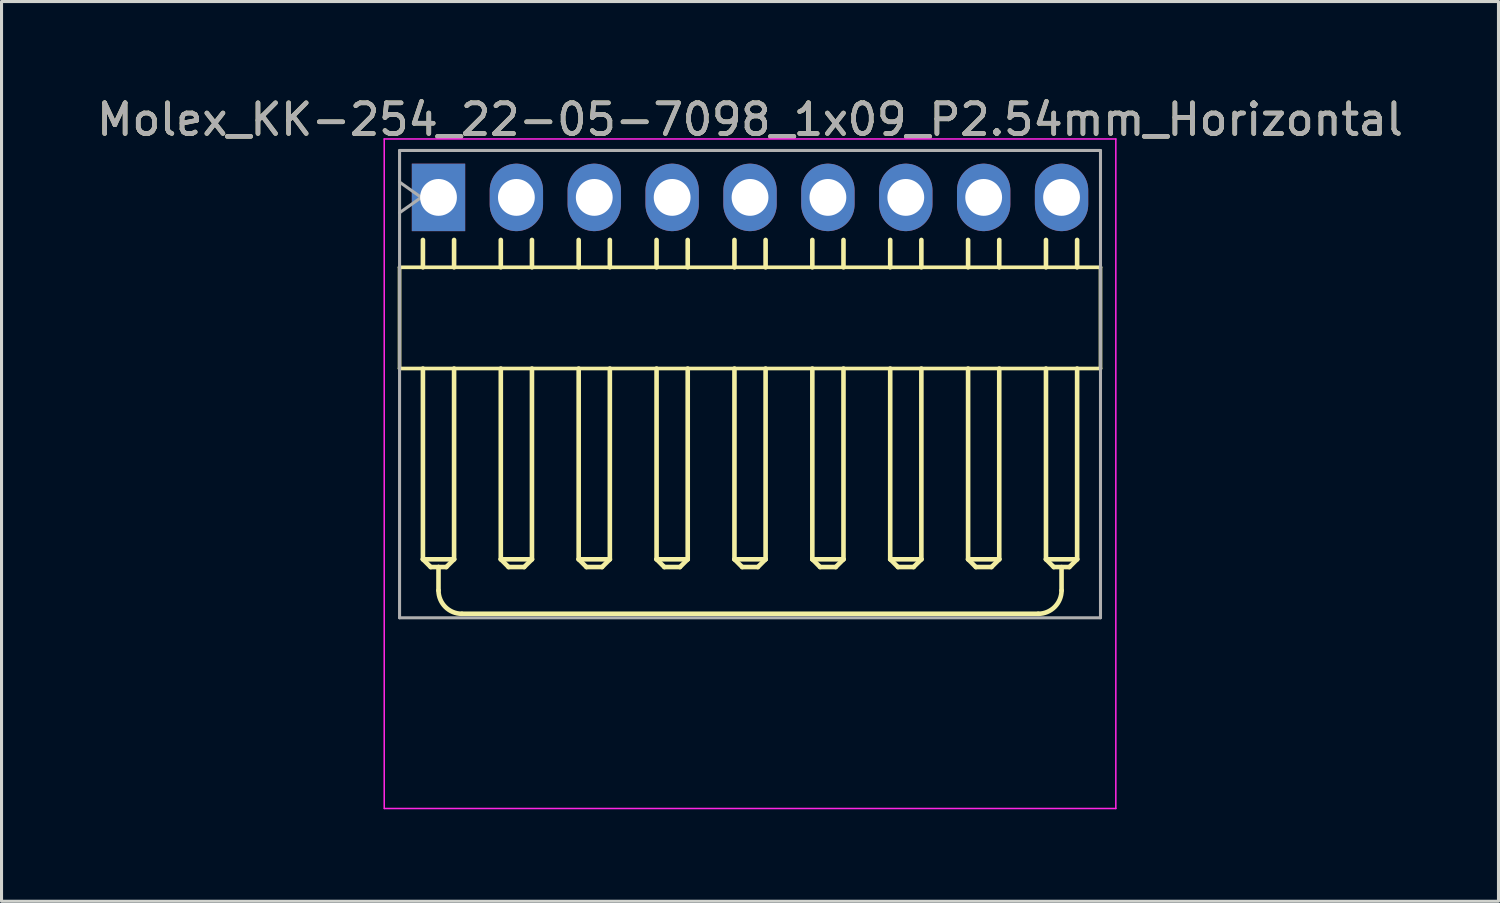
<source format=kicad_pcb>
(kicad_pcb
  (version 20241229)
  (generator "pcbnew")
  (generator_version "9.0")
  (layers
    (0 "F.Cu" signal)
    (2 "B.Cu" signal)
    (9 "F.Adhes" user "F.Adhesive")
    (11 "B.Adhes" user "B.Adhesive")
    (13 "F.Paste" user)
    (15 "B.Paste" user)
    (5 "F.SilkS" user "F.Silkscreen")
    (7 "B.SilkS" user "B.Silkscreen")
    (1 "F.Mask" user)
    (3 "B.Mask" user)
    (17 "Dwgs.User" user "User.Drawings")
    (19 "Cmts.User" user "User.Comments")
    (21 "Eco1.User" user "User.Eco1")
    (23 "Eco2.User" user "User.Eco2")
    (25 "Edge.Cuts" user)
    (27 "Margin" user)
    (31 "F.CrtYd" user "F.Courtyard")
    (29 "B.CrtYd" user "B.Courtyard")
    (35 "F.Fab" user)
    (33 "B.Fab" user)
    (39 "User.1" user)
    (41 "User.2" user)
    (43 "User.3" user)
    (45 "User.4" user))
  (footprint "Molex_KK-254_22-05-7098_1x09_P2.54mm_Horizontal"
    (layer "F.Cu")
    (at 11.251 3.388)
    (property "Reference" "Molex_KK-254_22-05-7098_1x09_P2.54mm_Horizontal" (at 10.16 -2.54 0) (layer "F.SilkS") (effects (font (size 1 1) (thickness 0.15))))
    (attr through_hole)
    (fp_line (start -1.27 2.28) (end -1.27 5.58) (stroke (width 0.12) (type solid)) (layer "F.SilkS"))
    (fp_line (start -1.27 2.28) (end 21.59 2.28) (stroke (width 0.12) (type solid)) (layer "F.SilkS"))
    (fp_line (start -0.508 1.388) (end -0.508 2.28) (stroke (width 0.15) (type solid)) (layer "F.SilkS"))
    (fp_line (start -0.508 11.802) (end -0.508 5.582) (stroke (width 0.15) (type solid)) (layer "F.SilkS"))
    (fp_line (start -0.508 11.802) (end 0.508 11.802) (stroke (width 0.15) (type solid)) (layer "F.SilkS"))
    (fp_line (start -0.254 12.056) (end -0.508 11.802) (stroke (width 0.15) (type solid)) (layer "F.SilkS"))
    (fp_line (start 0 12.056) (end -0.254 12.056) (stroke (width 0.15) (type solid)) (layer "F.SilkS"))
    (fp_line (start 0 12.056) (end 0 12.818) (stroke (width 0.15) (type solid)) (layer "F.SilkS"))
    (fp_line (start 0.254 12.056) (end 0 12.056) (stroke (width 0.15) (type solid)) (layer "F.SilkS"))
    (fp_line (start 0.508 2.28) (end 0.508 1.388) (stroke (width 0.15) (type solid)) (layer "F.SilkS"))
    (fp_line (start 0.508 5.582) (end 0.508 11.802) (stroke (width 0.15) (type solid)) (layer "F.SilkS"))
    (fp_line (start 0.508 11.802) (end 0.254 12.056) (stroke (width 0.15) (type solid)) (layer "F.SilkS"))
    (fp_line (start 0.762 13.58) (end 19.558 13.58) (stroke (width 0.15) (type solid)) (layer "F.SilkS"))
    (fp_line (start 2.032 2.28) (end 2.032 1.388) (stroke (width 0.15) (type solid)) (layer "F.SilkS"))
    (fp_line (start 2.032 5.582) (end 2.032 11.802) (stroke (width 0.15) (type solid)) (layer "F.SilkS"))
    (fp_line (start 2.032 11.802) (end 2.286 12.056) (stroke (width 0.15) (type solid)) (layer "F.SilkS"))
    (fp_line (start 2.286 12.056) (end 2.794 12.056) (stroke (width 0.15) (type solid)) (layer "F.SilkS"))
    (fp_line (start 2.794 12.056) (end 3.048 11.802) (stroke (width 0.15) (type solid)) (layer "F.SilkS"))
    (fp_line (start 3.048 2.28) (end 3.048 1.388) (stroke (width 0.15) (type solid)) (layer "F.SilkS"))
    (fp_line (start 3.048 11.802) (end 2.032 11.802) (stroke (width 0.15) (type solid)) (layer "F.SilkS"))
    (fp_line (start 3.048 11.802) (end 3.048 5.582) (stroke (width 0.15) (type solid)) (layer "F.SilkS"))
    (fp_line (start 4.572 2.28) (end 4.572 1.388) (stroke (width 0.15) (type solid)) (layer "F.SilkS"))
    (fp_line (start 4.572 5.582) (end 4.572 11.802) (stroke (width 0.15) (type solid)) (layer "F.SilkS"))
    (fp_line (start 4.572 11.802) (end 4.826 12.056) (stroke (width 0.15) (type solid)) (layer "F.SilkS"))
    (fp_line (start 4.826 12.056) (end 5.334 12.056) (stroke (width 0.15) (type solid)) (layer "F.SilkS"))
    (fp_line (start 5.334 12.056) (end 5.588 11.802) (stroke (width 0.15) (type solid)) (layer "F.SilkS"))
    (fp_line (start 5.588 2.28) (end 5.588 1.388) (stroke (width 0.15) (type solid)) (layer "F.SilkS"))
    (fp_line (start 5.588 11.802) (end 4.572 11.802) (stroke (width 0.15) (type solid)) (layer "F.SilkS"))
    (fp_line (start 5.588 11.802) (end 5.588 5.582) (stroke (width 0.15) (type solid)) (layer "F.SilkS"))
    (fp_line (start 7.112 2.28) (end 7.112 1.388) (stroke (width 0.15) (type solid)) (layer "F.SilkS"))
    (fp_line (start 7.112 5.582) (end 7.112 11.802) (stroke (width 0.15) (type solid)) (layer "F.SilkS"))
    (fp_line (start 7.112 11.802) (end 7.366 12.056) (stroke (width 0.15) (type solid)) (layer "F.SilkS"))
    (fp_line (start 7.366 12.056) (end 7.874 12.056) (stroke (width 0.15) (type solid)) (layer "F.SilkS"))
    (fp_line (start 7.874 12.056) (end 8.128 11.802) (stroke (width 0.15) (type solid)) (layer "F.SilkS"))
    (fp_line (start 8.128 2.28) (end 8.128 1.388) (stroke (width 0.15) (type solid)) (layer "F.SilkS"))
    (fp_line (start 8.128 11.802) (end 7.112 11.802) (stroke (width 0.15) (type solid)) (layer "F.SilkS"))
    (fp_line (start 8.128 11.802) (end 8.128 5.582) (stroke (width 0.15) (type solid)) (layer "F.SilkS"))
    (fp_line (start 9.652 2.28) (end 9.652 1.388) (stroke (width 0.15) (type solid)) (layer "F.SilkS"))
    (fp_line (start 9.652 5.582) (end 9.652 11.802) (stroke (width 0.15) (type solid)) (layer "F.SilkS"))
    (fp_line (start 9.652 11.802) (end 9.906 12.056) (stroke (width 0.15) (type solid)) (layer "F.SilkS"))
    (fp_line (start 9.906 12.056) (end 10.414 12.056) (stroke (width 0.15) (type solid)) (layer "F.SilkS"))
    (fp_line (start 10.414 12.056) (end 10.668 11.802) (stroke (width 0.15) (type solid)) (layer "F.SilkS"))
    (fp_line (start 10.668 2.28) (end 10.668 1.388) (stroke (width 0.15) (type solid)) (layer "F.SilkS"))
    (fp_line (start 10.668 11.802) (end 9.652 11.802) (stroke (width 0.15) (type solid)) (layer "F.SilkS"))
    (fp_line (start 10.668 11.802) (end 10.668 5.582) (stroke (width 0.15) (type solid)) (layer "F.SilkS"))
    (fp_line (start 12.192 2.28) (end 12.192 1.388) (stroke (width 0.15) (type solid)) (layer "F.SilkS"))
    (fp_line (start 12.192 5.582) (end 12.192 11.802) (stroke (width 0.15) (type solid)) (layer "F.SilkS"))
    (fp_line (start 12.192 11.802) (end 12.446 12.056) (stroke (width 0.15) (type solid)) (layer "F.SilkS"))
    (fp_line (start 12.446 12.056) (end 12.954 12.056) (stroke (width 0.15) (type solid)) (layer "F.SilkS"))
    (fp_line (start 12.954 12.056) (end 13.208 11.802) (stroke (width 0.15) (type solid)) (layer "F.SilkS"))
    (fp_line (start 13.208 2.28) (end 13.208 1.388) (stroke (width 0.15) (type solid)) (layer "F.SilkS"))
    (fp_line (start 13.208 11.802) (end 12.192 11.802) (stroke (width 0.15) (type solid)) (layer "F.SilkS"))
    (fp_line (start 13.208 11.802) (end 13.208 5.582) (stroke (width 0.15) (type solid)) (layer "F.SilkS"))
    (fp_line (start 14.732 2.28) (end 14.732 1.388) (stroke (width 0.15) (type solid)) (layer "F.SilkS"))
    (fp_line (start 14.732 5.582) (end 14.732 11.802) (stroke (width 0.15) (type solid)) (layer "F.SilkS"))
    (fp_line (start 14.732 11.802) (end 14.986 12.056) (stroke (width 0.15) (type solid)) (layer "F.SilkS"))
    (fp_line (start 14.986 12.056) (end 15.494 12.056) (stroke (width 0.15) (type solid)) (layer "F.SilkS"))
    (fp_line (start 15.494 12.056) (end 15.748 11.802) (stroke (width 0.15) (type solid)) (layer "F.SilkS"))
    (fp_line (start 15.748 2.28) (end 15.748 1.388) (stroke (width 0.15) (type solid)) (layer "F.SilkS"))
    (fp_line (start 15.748 11.802) (end 14.732 11.802) (stroke (width 0.15) (type solid)) (layer "F.SilkS"))
    (fp_line (start 15.748 11.802) (end 15.748 5.582) (stroke (width 0.15) (type solid)) (layer "F.SilkS"))
    (fp_line (start 17.272 2.28) (end 17.272 1.388) (stroke (width 0.15) (type solid)) (layer "F.SilkS"))
    (fp_line (start 17.272 5.582) (end 17.272 11.802) (stroke (width 0.15) (type solid)) (layer "F.SilkS"))
    (fp_line (start 17.272 11.802) (end 17.526 12.056) (stroke (width 0.15) (type solid)) (layer "F.SilkS"))
    (fp_line (start 17.526 12.056) (end 18.034 12.056) (stroke (width 0.15) (type solid)) (layer "F.SilkS"))
    (fp_line (start 18.034 12.056) (end 18.288 11.802) (stroke (width 0.15) (type solid)) (layer "F.SilkS"))
    (fp_line (start 18.288 2.28) (end 18.288 1.388) (stroke (width 0.15) (type solid)) (layer "F.SilkS"))
    (fp_line (start 18.288 11.802) (end 17.272 11.802) (stroke (width 0.15) (type solid)) (layer "F.SilkS"))
    (fp_line (start 18.288 11.802) (end 18.288 5.582) (stroke (width 0.15) (type solid)) (layer "F.SilkS"))
    (fp_line (start 19.812 2.28) (end 19.812 1.388) (stroke (width 0.15) (type solid)) (layer "F.SilkS"))
    (fp_line (start 19.812 5.582) (end 19.812 11.802) (stroke (width 0.15) (type solid)) (layer "F.SilkS"))
    (fp_line (start 19.812 11.802) (end 20.066 12.056) (stroke (width 0.15) (type solid)) (layer "F.SilkS"))
    (fp_line (start 20.066 12.056) (end 20.574 12.056) (stroke (width 0.15) (type solid)) (layer "F.SilkS"))
    (fp_line (start 20.32 12.056) (end 20.32 12.818) (stroke (width 0.15) (type solid)) (layer "F.SilkS"))
    (fp_line (start 20.574 12.056) (end 20.828 11.802) (stroke (width 0.15) (type solid)) (layer "F.SilkS"))
    (fp_line (start 20.828 2.28) (end 20.828 1.388) (stroke (width 0.15) (type solid)) (layer "F.SilkS"))
    (fp_line (start 20.828 11.802) (end 19.812 11.802) (stroke (width 0.15) (type solid)) (layer "F.SilkS"))
    (fp_line (start 20.828 11.802) (end 20.828 5.582) (stroke (width 0.15) (type solid)) (layer "F.SilkS"))
    (fp_line (start 21.59 2.28) (end 21.59 5.58) (stroke (width 0.12) (type solid)) (layer "F.SilkS"))
    (fp_line (start 21.59 5.58) (end -1.27 5.58) (stroke (width 0.12) (type solid)) (layer "F.SilkS"))
    (fp_arc (start 0.762 13.58) (mid 0.223185 13.356815) (end 0 12.818) (stroke (width 0.15) (type solid)) (layer "F.SilkS"))
    (fp_arc (start 20.32 12.818) (mid 20.096815 13.356815) (end 19.558 13.58) (stroke (width 0.15) (type solid)) (layer "F.SilkS"))
    (fp_line (start -1.77 -1.905) (end -1.77 19.93) (stroke (width 0.05) (type solid)) (layer "F.CrtYd"))
    (fp_line (start -1.762 19.93) (end 22.09 19.93) (stroke (width 0.05) (type solid)) (layer "F.CrtYd"))
    (fp_line (start 22.09 -1.905) (end -1.77 -1.905) (stroke (width 0.05) (type solid)) (layer "F.CrtYd"))
    (fp_line (start 22.09 19.93) (end 22.09 -1.905) (stroke (width 0.05) (type solid)) (layer "F.CrtYd"))
    (fp_line (start -1.27 -1.53) (end -1.27 13.71) (stroke (width 0.1) (type solid)) (layer "F.Fab"))
    (fp_line (start -1.27 -0.5) (end -0.563 0) (stroke (width 0.1) (type solid)) (layer "F.Fab"))
    (fp_line (start -1.27 13.71) (end 21.59 13.71) (stroke (width 0.1) (type solid)) (layer "F.Fab"))
    (fp_line (start -0.563 0) (end -1.27 0.5) (stroke (width 0.1) (type solid)) (layer "F.Fab"))
    (fp_line (start 21.59 -1.53) (end -1.27 -1.53) (stroke (width 0.1) (type solid)) (layer "F.Fab"))
    (fp_line (start 21.59 13.71) (end 21.59 -1.53) (stroke (width 0.1) (type solid)) (layer "F.Fab"))
    (fp_text user "${REFERENCE}" (at 10.16 -2.54 0) (layer "F.Fab") (effects (font (size 1 1) (thickness 0.15))))
    (pad "1" thru_hole rect (at 0 0) (size 1.74 2.2) (drill 1.2) (layers "*.Cu" "*.Mask"))
    (pad "2" thru_hole oval (at 2.54 0) (size 1.74 2.2) (drill 1.2) (layers "*.Cu" "*.Mask"))
    (pad "3" thru_hole oval (at 5.08 0) (size 1.74 2.2) (drill 1.2) (layers "*.Cu" "*.Mask"))
    (pad "4" thru_hole oval (at 7.62 0) (size 1.74 2.2) (drill 1.2) (layers "*.Cu" "*.Mask"))
    (pad "5" thru_hole oval (at 10.16 0) (size 1.74 2.2) (drill 1.2) (layers "*.Cu" "*.Mask"))
    (pad "6" thru_hole oval (at 12.7 0) (size 1.74 2.2) (drill 1.2) (layers "*.Cu" "*.Mask"))
    (pad "7" thru_hole oval (at 15.24 0) (size 1.74 2.2) (drill 1.2) (layers "*.Cu" "*.Mask"))
    (pad "8" thru_hole oval (at 17.78 0) (size 1.74 2.2) (drill 1.2) (layers "*.Cu" "*.Mask"))
    (pad "9" thru_hole oval (at 20.32 0) (size 1.74 2.2) (drill 1.2) (layers "*.Cu" "*.Mask")))
  (gr_rect
    (start -3 -3)
    (end 45.821 26.343)
    (stroke (width 0.1) (type default))
    (fill no)
    (layer "Edge.Cuts")))
</source>
